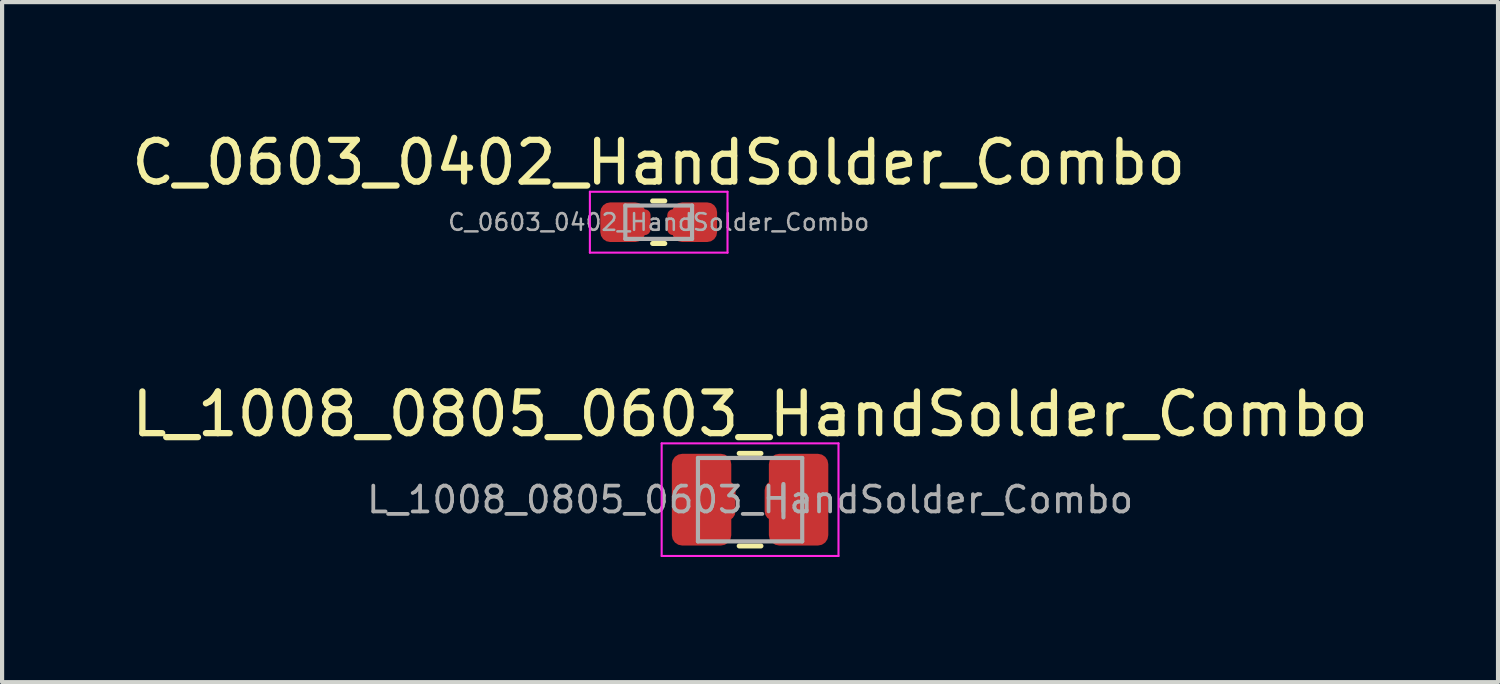
<source format=kicad_pcb>
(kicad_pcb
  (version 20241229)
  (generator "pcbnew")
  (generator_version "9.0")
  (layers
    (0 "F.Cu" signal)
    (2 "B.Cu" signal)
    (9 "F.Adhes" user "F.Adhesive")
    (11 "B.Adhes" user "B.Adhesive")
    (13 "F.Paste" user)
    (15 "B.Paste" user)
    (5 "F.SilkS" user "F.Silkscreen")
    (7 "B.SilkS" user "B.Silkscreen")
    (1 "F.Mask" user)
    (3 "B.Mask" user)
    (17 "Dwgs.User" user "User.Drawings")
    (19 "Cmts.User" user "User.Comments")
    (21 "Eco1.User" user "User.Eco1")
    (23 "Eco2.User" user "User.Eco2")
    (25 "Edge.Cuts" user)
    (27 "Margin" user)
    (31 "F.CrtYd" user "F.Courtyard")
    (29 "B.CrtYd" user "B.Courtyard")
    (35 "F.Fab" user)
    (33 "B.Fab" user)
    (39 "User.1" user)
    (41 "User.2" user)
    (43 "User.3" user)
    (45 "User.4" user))
  (footprint "L_1008_0805_0603_HandSolder_Combo"
    (layer "F.Cu")
    (at 14.935 8.931)
    (property "Reference" "L_1008_0805_0603_HandSolder_Combo" (at 0 -2.05 0) (layer "F.SilkS") (effects (font (size 1 1) (thickness 0.15))))
    (attr smd)
    (fp_line (start -0.261 -1.11) (end 0.261 -1.11) (stroke (width 0.12) (type solid)) (layer "F.SilkS"))
    (fp_line (start -0.261 1.11) (end 0.261 1.11) (stroke (width 0.12) (type solid)) (layer "F.SilkS"))
    (fp_line (start -2.12 -1.35) (end 2.12 -1.35) (stroke (width 0.05) (type solid)) (layer "F.CrtYd"))
    (fp_line (start -2.12 1.35) (end -2.12 -1.35) (stroke (width 0.05) (type solid)) (layer "F.CrtYd"))
    (fp_line (start 2.12 -1.35) (end 2.12 1.35) (stroke (width 0.05) (type solid)) (layer "F.CrtYd"))
    (fp_line (start 2.12 1.35) (end -2.12 1.35) (stroke (width 0.05) (type solid)) (layer "F.CrtYd"))
    (fp_line (start -1.25 -1) (end 1.25 -1) (stroke (width 0.1) (type solid)) (layer "F.Fab"))
    (fp_line (start -1.25 1) (end -1.25 -1) (stroke (width 0.1) (type solid)) (layer "F.Fab"))
    (fp_line (start 0.8 -0.375) (end 0.8 0.425) (stroke (width 0.1) (type solid)) (layer "F.Fab"))
    (fp_line (start 1.25 -1) (end 1.25 1) (stroke (width 0.1) (type solid)) (layer "F.Fab"))
    (fp_line (start 1.25 1) (end -1.25 1) (stroke (width 0.1) (type solid)) (layer "F.Fab"))
    (fp_text user "${REFERENCE}" (at 0 0 0) (layer "F.Fab") (effects (font (size 0.62 0.62) (thickness 0.09))))
    (pad "1" smd roundrect (at -1.163 0) (size 1.425 2.2) (layers "F.Cu" "F.Mask" "F.Paste") (roundrect_rratio 0.175))
    (pad "1" smd roundrect (at -0.787 0.025) (size 0.875 0.95) (layers "F.Cu" "F.Mask" "F.Paste") (roundrect_rratio 0.25))
    (pad "2" smd roundrect (at 0.787 0.025) (size 0.875 0.95) (layers "F.Cu" "F.Mask" "F.Paste") (roundrect_rratio 0.25))
    (pad "2" smd roundrect (at 1.163 0) (size 1.425 2.2) (layers "F.Cu" "F.Mask" "F.Paste") (roundrect_rratio 0.175)))
  (footprint "C_0603_0402_HandSolder_Combo"
    (layer "F.Cu")
    (at 12.744 2.278)
    (property "Reference" "C_0603_0402_HandSolder_Combo" (at 0 -1.43 0) (layer "F.SilkS") (effects (font (size 1 1) (thickness 0.15))))
    (attr smd)
    (fp_line (start -0.146 -0.51) (end 0.146 -0.51) (stroke (width 0.12) (type solid)) (layer "F.SilkS"))
    (fp_line (start -0.146 0.51) (end 0.146 0.51) (stroke (width 0.12) (type solid)) (layer "F.SilkS"))
    (fp_line (start -1.65 -0.73) (end 1.65 -0.73) (stroke (width 0.05) (type solid)) (layer "F.CrtYd"))
    (fp_line (start -1.65 0.73) (end -1.65 -0.73) (stroke (width 0.05) (type solid)) (layer "F.CrtYd"))
    (fp_line (start 1.65 -0.73) (end 1.65 0.73) (stroke (width 0.05) (type solid)) (layer "F.CrtYd"))
    (fp_line (start 1.65 0.73) (end -1.65 0.73) (stroke (width 0.05) (type solid)) (layer "F.CrtYd"))
    (fp_line (start -0.8 -0.4) (end 0.8 -0.4) (stroke (width 0.1) (type solid)) (layer "F.Fab"))
    (fp_line (start -0.8 0.4) (end -0.8 -0.4) (stroke (width 0.1) (type solid)) (layer "F.Fab"))
    (fp_line (start 0.8 -0.4) (end 0.8 0.4) (stroke (width 0.1) (type solid)) (layer "F.Fab"))
    (fp_line (start 0.8 0.4) (end -0.8 0.4) (stroke (width 0.1) (type solid)) (layer "F.Fab"))
    (fp_text user "${REFERENCE}" (at 0 0 0) (layer "F.Fab") (effects (font (size 0.4 0.4) (thickness 0.06))))
    (pad "1" smd roundrect (at -0.863 0) (size 1.075 0.95) (layers "F.Cu" "F.Mask" "F.Paste") (roundrect_rratio 0.25))
    (pad "1" smd roundrect (at -0.475 0) (size 0.56 0.62) (layers "F.Cu" "F.Mask" "F.Paste") (roundrect_rratio 0.25))
    (pad "2" smd roundrect (at 0.485 0) (size 0.56 0.62) (layers "F.Cu" "F.Mask" "F.Paste") (roundrect_rratio 0.25))
    (pad "2" smd roundrect (at 0.863 0) (size 1.075 0.95) (layers "F.Cu" "F.Mask" "F.Paste") (roundrect_rratio 0.25)))
  (gr_rect
    (start -3 -3)
    (end 32.869 13.306)
    (stroke (width 0.1) (type default))
    (fill no)
    (layer "Edge.Cuts")))
</source>
